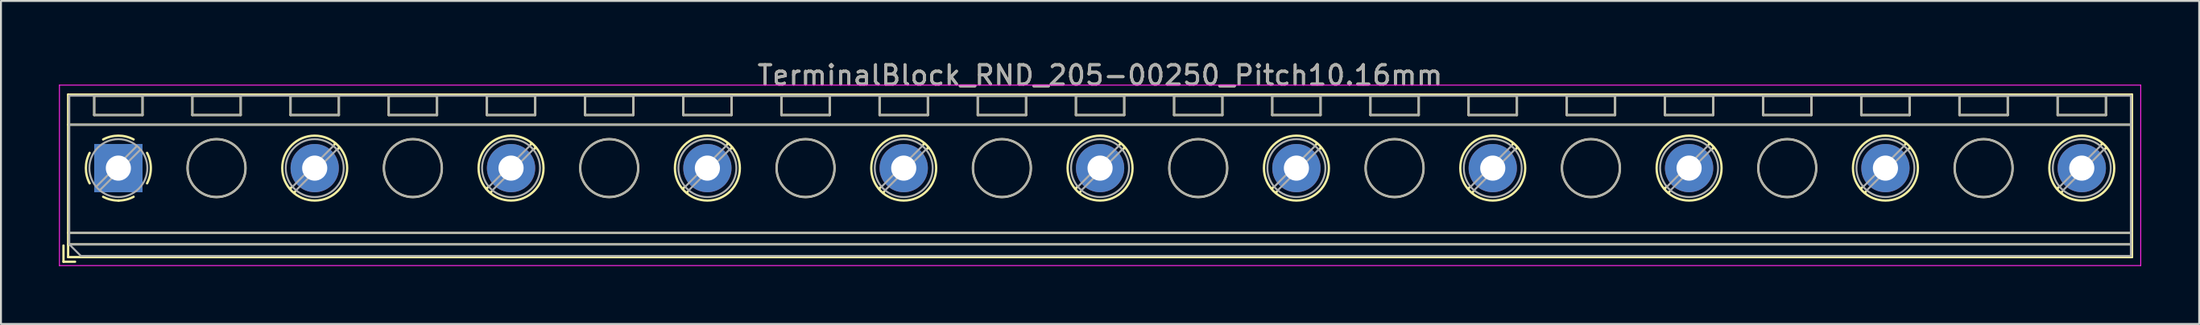
<source format=kicad_pcb>
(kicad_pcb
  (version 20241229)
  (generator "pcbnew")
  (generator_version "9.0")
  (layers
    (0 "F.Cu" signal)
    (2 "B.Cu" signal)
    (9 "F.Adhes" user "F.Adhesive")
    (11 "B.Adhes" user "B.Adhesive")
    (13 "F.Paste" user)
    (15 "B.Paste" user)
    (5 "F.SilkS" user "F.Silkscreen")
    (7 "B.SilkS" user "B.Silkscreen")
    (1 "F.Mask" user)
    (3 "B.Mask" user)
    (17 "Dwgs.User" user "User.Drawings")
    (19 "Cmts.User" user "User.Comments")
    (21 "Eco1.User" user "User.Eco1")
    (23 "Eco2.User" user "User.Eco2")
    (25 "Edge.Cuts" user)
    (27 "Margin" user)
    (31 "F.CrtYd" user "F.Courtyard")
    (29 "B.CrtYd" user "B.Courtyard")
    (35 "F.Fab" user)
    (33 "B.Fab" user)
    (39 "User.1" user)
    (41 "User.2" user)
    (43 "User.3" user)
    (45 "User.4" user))
  (footprint "TerminalBlock_RND_205-00250_Pitch10.16mm"
    (layer "F.Cu")
    (at 3.075 5.658)
    (property "Reference" "TerminalBlock_RND_205-00250_Pitch10.16mm" (at 50.8 -4.81 0) (layer "F.SilkS") (effects (font (size 1 1) (thickness 0.15))))
    (attr through_hole)
    (fp_line (start -2.84 4.01) (end -2.84 4.85) (stroke (width 0.12) (type solid)) (layer "F.SilkS"))
    (fp_line (start -2.84 4.85) (end -2.24 4.85) (stroke (width 0.12) (type solid)) (layer "F.SilkS"))
    (fp_line (start -2.6 -3.81) (end -2.6 4.61) (stroke (width 0.12) (type solid)) (layer "F.SilkS"))
    (fp_line (start -2.6 -2.25) (end 104.2 -2.25) (stroke (width 0.12) (type solid)) (layer "F.SilkS"))
    (fp_line (start -2.6 3.35) (end 104.2 3.35) (stroke (width 0.12) (type solid)) (layer "F.SilkS"))
    (fp_line (start -2.6 3.95) (end 104.2 3.95) (stroke (width 0.12) (type solid)) (layer "F.SilkS"))
    (fp_line (start -2.6 4.61) (end 104.2 4.61) (stroke (width 0.12) (type solid)) (layer "F.SilkS"))
    (fp_line (start -1.25 -3.751) (end -1.25 -2.751) (stroke (width 0.12) (type solid)) (layer "F.SilkS"))
    (fp_line (start -1.25 -3.751) (end 1.25 -3.751) (stroke (width 0.12) (type solid)) (layer "F.SilkS"))
    (fp_line (start -1.25 -2.751) (end 1.25 -2.751) (stroke (width 0.12) (type solid)) (layer "F.SilkS"))
    (fp_line (start 1.25 -3.751) (end 1.25 -2.751) (stroke (width 0.12) (type solid)) (layer "F.SilkS"))
    (fp_line (start 3.83 -3.751) (end 3.83 -2.751) (stroke (width 0.12) (type solid)) (layer "F.SilkS"))
    (fp_line (start 3.83 -3.751) (end 6.33 -3.751) (stroke (width 0.12) (type solid)) (layer "F.SilkS"))
    (fp_line (start 3.83 -2.751) (end 6.33 -2.751) (stroke (width 0.12) (type solid)) (layer "F.SilkS"))
    (fp_line (start 6.33 -3.751) (end 6.33 -2.751) (stroke (width 0.12) (type solid)) (layer "F.SilkS"))
    (fp_line (start 8.91 -3.751) (end 8.91 -2.751) (stroke (width 0.12) (type solid)) (layer "F.SilkS"))
    (fp_line (start 8.91 -3.751) (end 11.41 -3.751) (stroke (width 0.12) (type solid)) (layer "F.SilkS"))
    (fp_line (start 8.91 -2.751) (end 11.41 -2.751) (stroke (width 0.12) (type solid)) (layer "F.SilkS"))
    (fp_line (start 8.98 0.976) (end 8.886 1.069) (stroke (width 0.12) (type solid)) (layer "F.SilkS"))
    (fp_line (start 9.15 1.216) (end 9.091 1.274) (stroke (width 0.12) (type solid)) (layer "F.SilkS"))
    (fp_line (start 11.23 -1.275) (end 11.171 -1.216) (stroke (width 0.12) (type solid)) (layer "F.SilkS"))
    (fp_line (start 11.41 -3.751) (end 11.41 -2.751) (stroke (width 0.12) (type solid)) (layer "F.SilkS"))
    (fp_line (start 11.435 -1.069) (end 11.341 -0.976) (stroke (width 0.12) (type solid)) (layer "F.SilkS"))
    (fp_line (start 13.99 -3.751) (end 13.99 -2.751) (stroke (width 0.12) (type solid)) (layer "F.SilkS"))
    (fp_line (start 13.99 -3.751) (end 16.49 -3.751) (stroke (width 0.12) (type solid)) (layer "F.SilkS"))
    (fp_line (start 13.99 -2.751) (end 16.49 -2.751) (stroke (width 0.12) (type solid)) (layer "F.SilkS"))
    (fp_line (start 16.49 -3.751) (end 16.49 -2.751) (stroke (width 0.12) (type solid)) (layer "F.SilkS"))
    (fp_line (start 19.07 -3.751) (end 19.07 -2.751) (stroke (width 0.12) (type solid)) (layer "F.SilkS"))
    (fp_line (start 19.07 -3.751) (end 21.57 -3.751) (stroke (width 0.12) (type solid)) (layer "F.SilkS"))
    (fp_line (start 19.07 -2.751) (end 21.57 -2.751) (stroke (width 0.12) (type solid)) (layer "F.SilkS"))
    (fp_line (start 19.14 0.976) (end 19.046 1.069) (stroke (width 0.12) (type solid)) (layer "F.SilkS"))
    (fp_line (start 19.31 1.216) (end 19.251 1.274) (stroke (width 0.12) (type solid)) (layer "F.SilkS"))
    (fp_line (start 21.39 -1.275) (end 21.331 -1.216) (stroke (width 0.12) (type solid)) (layer "F.SilkS"))
    (fp_line (start 21.57 -3.751) (end 21.57 -2.751) (stroke (width 0.12) (type solid)) (layer "F.SilkS"))
    (fp_line (start 21.595 -1.069) (end 21.501 -0.976) (stroke (width 0.12) (type solid)) (layer "F.SilkS"))
    (fp_line (start 24.15 -3.751) (end 24.15 -2.751) (stroke (width 0.12) (type solid)) (layer "F.SilkS"))
    (fp_line (start 24.15 -3.751) (end 26.65 -3.751) (stroke (width 0.12) (type solid)) (layer "F.SilkS"))
    (fp_line (start 24.15 -2.751) (end 26.65 -2.751) (stroke (width 0.12) (type solid)) (layer "F.SilkS"))
    (fp_line (start 26.65 -3.751) (end 26.65 -2.751) (stroke (width 0.12) (type solid)) (layer "F.SilkS"))
    (fp_line (start 29.23 -3.751) (end 29.23 -2.751) (stroke (width 0.12) (type solid)) (layer "F.SilkS"))
    (fp_line (start 29.23 -3.751) (end 31.73 -3.751) (stroke (width 0.12) (type solid)) (layer "F.SilkS"))
    (fp_line (start 29.23 -2.751) (end 31.73 -2.751) (stroke (width 0.12) (type solid)) (layer "F.SilkS"))
    (fp_line (start 29.3 0.976) (end 29.206 1.069) (stroke (width 0.12) (type solid)) (layer "F.SilkS"))
    (fp_line (start 29.47 1.216) (end 29.411 1.274) (stroke (width 0.12) (type solid)) (layer "F.SilkS"))
    (fp_line (start 31.55 -1.275) (end 31.491 -1.216) (stroke (width 0.12) (type solid)) (layer "F.SilkS"))
    (fp_line (start 31.73 -3.751) (end 31.73 -2.751) (stroke (width 0.12) (type solid)) (layer "F.SilkS"))
    (fp_line (start 31.755 -1.069) (end 31.661 -0.976) (stroke (width 0.12) (type solid)) (layer "F.SilkS"))
    (fp_line (start 34.31 -3.751) (end 34.31 -2.751) (stroke (width 0.12) (type solid)) (layer "F.SilkS"))
    (fp_line (start 34.31 -3.751) (end 36.81 -3.751) (stroke (width 0.12) (type solid)) (layer "F.SilkS"))
    (fp_line (start 34.31 -2.751) (end 36.81 -2.751) (stroke (width 0.12) (type solid)) (layer "F.SilkS"))
    (fp_line (start 36.81 -3.751) (end 36.81 -2.751) (stroke (width 0.12) (type solid)) (layer "F.SilkS"))
    (fp_line (start 39.39 -3.751) (end 39.39 -2.751) (stroke (width 0.12) (type solid)) (layer "F.SilkS"))
    (fp_line (start 39.39 -3.751) (end 41.89 -3.751) (stroke (width 0.12) (type solid)) (layer "F.SilkS"))
    (fp_line (start 39.39 -2.751) (end 41.89 -2.751) (stroke (width 0.12) (type solid)) (layer "F.SilkS"))
    (fp_line (start 39.46 0.976) (end 39.366 1.069) (stroke (width 0.12) (type solid)) (layer "F.SilkS"))
    (fp_line (start 39.63 1.216) (end 39.571 1.274) (stroke (width 0.12) (type solid)) (layer "F.SilkS"))
    (fp_line (start 41.71 -1.275) (end 41.651 -1.216) (stroke (width 0.12) (type solid)) (layer "F.SilkS"))
    (fp_line (start 41.89 -3.751) (end 41.89 -2.751) (stroke (width 0.12) (type solid)) (layer "F.SilkS"))
    (fp_line (start 41.915 -1.069) (end 41.821 -0.976) (stroke (width 0.12) (type solid)) (layer "F.SilkS"))
    (fp_line (start 44.47 -3.751) (end 44.47 -2.751) (stroke (width 0.12) (type solid)) (layer "F.SilkS"))
    (fp_line (start 44.47 -3.751) (end 46.97 -3.751) (stroke (width 0.12) (type solid)) (layer "F.SilkS"))
    (fp_line (start 44.47 -2.751) (end 46.97 -2.751) (stroke (width 0.12) (type solid)) (layer "F.SilkS"))
    (fp_line (start 46.97 -3.751) (end 46.97 -2.751) (stroke (width 0.12) (type solid)) (layer "F.SilkS"))
    (fp_line (start 49.55 -3.751) (end 49.55 -2.751) (stroke (width 0.12) (type solid)) (layer "F.SilkS"))
    (fp_line (start 49.55 -3.751) (end 52.05 -3.751) (stroke (width 0.12) (type solid)) (layer "F.SilkS"))
    (fp_line (start 49.55 -2.751) (end 52.05 -2.751) (stroke (width 0.12) (type solid)) (layer "F.SilkS"))
    (fp_line (start 49.62 0.976) (end 49.526 1.069) (stroke (width 0.12) (type solid)) (layer "F.SilkS"))
    (fp_line (start 49.79 1.216) (end 49.731 1.274) (stroke (width 0.12) (type solid)) (layer "F.SilkS"))
    (fp_line (start 51.87 -1.275) (end 51.811 -1.216) (stroke (width 0.12) (type solid)) (layer "F.SilkS"))
    (fp_line (start 52.05 -3.751) (end 52.05 -2.751) (stroke (width 0.12) (type solid)) (layer "F.SilkS"))
    (fp_line (start 52.075 -1.069) (end 51.981 -0.976) (stroke (width 0.12) (type solid)) (layer "F.SilkS"))
    (fp_line (start 54.63 -3.751) (end 54.63 -2.751) (stroke (width 0.12) (type solid)) (layer "F.SilkS"))
    (fp_line (start 54.63 -3.751) (end 57.13 -3.751) (stroke (width 0.12) (type solid)) (layer "F.SilkS"))
    (fp_line (start 54.63 -2.751) (end 57.13 -2.751) (stroke (width 0.12) (type solid)) (layer "F.SilkS"))
    (fp_line (start 57.13 -3.751) (end 57.13 -2.751) (stroke (width 0.12) (type solid)) (layer "F.SilkS"))
    (fp_line (start 59.71 -3.751) (end 59.71 -2.751) (stroke (width 0.12) (type solid)) (layer "F.SilkS"))
    (fp_line (start 59.71 -3.751) (end 62.21 -3.751) (stroke (width 0.12) (type solid)) (layer "F.SilkS"))
    (fp_line (start 59.71 -2.751) (end 62.21 -2.751) (stroke (width 0.12) (type solid)) (layer "F.SilkS"))
    (fp_line (start 59.78 0.976) (end 59.686 1.069) (stroke (width 0.12) (type solid)) (layer "F.SilkS"))
    (fp_line (start 59.95 1.216) (end 59.891 1.274) (stroke (width 0.12) (type solid)) (layer "F.SilkS"))
    (fp_line (start 62.03 -1.275) (end 61.971 -1.216) (stroke (width 0.12) (type solid)) (layer "F.SilkS"))
    (fp_line (start 62.21 -3.751) (end 62.21 -2.751) (stroke (width 0.12) (type solid)) (layer "F.SilkS"))
    (fp_line (start 62.235 -1.069) (end 62.141 -0.976) (stroke (width 0.12) (type solid)) (layer "F.SilkS"))
    (fp_line (start 64.791 -3.751) (end 64.791 -2.751) (stroke (width 0.12) (type solid)) (layer "F.SilkS"))
    (fp_line (start 64.791 -3.751) (end 67.29 -3.751) (stroke (width 0.12) (type solid)) (layer "F.SilkS"))
    (fp_line (start 64.791 -2.751) (end 67.29 -2.751) (stroke (width 0.12) (type solid)) (layer "F.SilkS"))
    (fp_line (start 67.29 -3.751) (end 67.29 -2.751) (stroke (width 0.12) (type solid)) (layer "F.SilkS"))
    (fp_line (start 69.87 -3.751) (end 69.87 -2.751) (stroke (width 0.12) (type solid)) (layer "F.SilkS"))
    (fp_line (start 69.87 -3.751) (end 72.37 -3.751) (stroke (width 0.12) (type solid)) (layer "F.SilkS"))
    (fp_line (start 69.87 -2.751) (end 72.37 -2.751) (stroke (width 0.12) (type solid)) (layer "F.SilkS"))
    (fp_line (start 69.94 0.976) (end 69.846 1.069) (stroke (width 0.12) (type solid)) (layer "F.SilkS"))
    (fp_line (start 70.11 1.216) (end 70.051 1.274) (stroke (width 0.12) (type solid)) (layer "F.SilkS"))
    (fp_line (start 72.19 -1.275) (end 72.131 -1.216) (stroke (width 0.12) (type solid)) (layer "F.SilkS"))
    (fp_line (start 72.37 -3.751) (end 72.37 -2.751) (stroke (width 0.12) (type solid)) (layer "F.SilkS"))
    (fp_line (start 72.395 -1.069) (end 72.301 -0.976) (stroke (width 0.12) (type solid)) (layer "F.SilkS"))
    (fp_line (start 74.95 -3.751) (end 74.95 -2.751) (stroke (width 0.12) (type solid)) (layer "F.SilkS"))
    (fp_line (start 74.95 -3.751) (end 77.45 -3.751) (stroke (width 0.12) (type solid)) (layer "F.SilkS"))
    (fp_line (start 74.95 -2.751) (end 77.45 -2.751) (stroke (width 0.12) (type solid)) (layer "F.SilkS"))
    (fp_line (start 77.45 -3.751) (end 77.45 -2.751) (stroke (width 0.12) (type solid)) (layer "F.SilkS"))
    (fp_line (start 80.03 -3.751) (end 80.03 -2.751) (stroke (width 0.12) (type solid)) (layer "F.SilkS"))
    (fp_line (start 80.03 -3.751) (end 82.53 -3.751) (stroke (width 0.12) (type solid)) (layer "F.SilkS"))
    (fp_line (start 80.03 -2.751) (end 82.53 -2.751) (stroke (width 0.12) (type solid)) (layer "F.SilkS"))
    (fp_line (start 80.1 0.976) (end 80.006 1.069) (stroke (width 0.12) (type solid)) (layer "F.SilkS"))
    (fp_line (start 80.27 1.216) (end 80.211 1.274) (stroke (width 0.12) (type solid)) (layer "F.SilkS"))
    (fp_line (start 82.35 -1.275) (end 82.291 -1.216) (stroke (width 0.12) (type solid)) (layer "F.SilkS"))
    (fp_line (start 82.53 -3.751) (end 82.53 -2.751) (stroke (width 0.12) (type solid)) (layer "F.SilkS"))
    (fp_line (start 82.555 -1.069) (end 82.461 -0.976) (stroke (width 0.12) (type solid)) (layer "F.SilkS"))
    (fp_line (start 85.11 -3.751) (end 85.11 -2.751) (stroke (width 0.12) (type solid)) (layer "F.SilkS"))
    (fp_line (start 85.11 -3.751) (end 87.61 -3.751) (stroke (width 0.12) (type solid)) (layer "F.SilkS"))
    (fp_line (start 85.11 -2.751) (end 87.61 -2.751) (stroke (width 0.12) (type solid)) (layer "F.SilkS"))
    (fp_line (start 87.61 -3.751) (end 87.61 -2.751) (stroke (width 0.12) (type solid)) (layer "F.SilkS"))
    (fp_line (start 90.19 -3.751) (end 90.19 -2.751) (stroke (width 0.12) (type solid)) (layer "F.SilkS"))
    (fp_line (start 90.19 -3.751) (end 92.69 -3.751) (stroke (width 0.12) (type solid)) (layer "F.SilkS"))
    (fp_line (start 90.19 -2.751) (end 92.69 -2.751) (stroke (width 0.12) (type solid)) (layer "F.SilkS"))
    (fp_line (start 90.26 0.976) (end 90.166 1.069) (stroke (width 0.12) (type solid)) (layer "F.SilkS"))
    (fp_line (start 90.43 1.216) (end 90.371 1.274) (stroke (width 0.12) (type solid)) (layer "F.SilkS"))
    (fp_line (start 92.51 -1.275) (end 92.451 -1.216) (stroke (width 0.12) (type solid)) (layer "F.SilkS"))
    (fp_line (start 92.69 -3.751) (end 92.69 -2.751) (stroke (width 0.12) (type solid)) (layer "F.SilkS"))
    (fp_line (start 92.715 -1.069) (end 92.621 -0.976) (stroke (width 0.12) (type solid)) (layer "F.SilkS"))
    (fp_line (start 95.27 -3.751) (end 95.27 -2.751) (stroke (width 0.12) (type solid)) (layer "F.SilkS"))
    (fp_line (start 95.27 -3.751) (end 97.77 -3.751) (stroke (width 0.12) (type solid)) (layer "F.SilkS"))
    (fp_line (start 95.27 -2.751) (end 97.77 -2.751) (stroke (width 0.12) (type solid)) (layer "F.SilkS"))
    (fp_line (start 97.77 -3.751) (end 97.77 -2.751) (stroke (width 0.12) (type solid)) (layer "F.SilkS"))
    (fp_line (start 100.35 -3.751) (end 100.35 -2.751) (stroke (width 0.12) (type solid)) (layer "F.SilkS"))
    (fp_line (start 100.35 -3.751) (end 102.85 -3.751) (stroke (width 0.12) (type solid)) (layer "F.SilkS"))
    (fp_line (start 100.35 -2.751) (end 102.85 -2.751) (stroke (width 0.12) (type solid)) (layer "F.SilkS"))
    (fp_line (start 100.42 0.976) (end 100.326 1.069) (stroke (width 0.12) (type solid)) (layer "F.SilkS"))
    (fp_line (start 100.59 1.216) (end 100.531 1.274) (stroke (width 0.12) (type solid)) (layer "F.SilkS"))
    (fp_line (start 102.67 -1.275) (end 102.611 -1.216) (stroke (width 0.12) (type solid)) (layer "F.SilkS"))
    (fp_line (start 102.85 -3.751) (end 102.85 -2.751) (stroke (width 0.12) (type solid)) (layer "F.SilkS"))
    (fp_line (start 102.875 -1.069) (end 102.781 -0.976) (stroke (width 0.12) (type solid)) (layer "F.SilkS"))
    (fp_line (start 104.2 -3.81) (end -2.6 -3.81) (stroke (width 0.12) (type solid)) (layer "F.SilkS"))
    (fp_line (start 104.2 4.61) (end 104.2 -3.81) (stroke (width 0.12) (type solid)) (layer "F.SilkS"))
    (fp_arc (start -1.483953 0.789089) (mid -1.680708 0.00005) (end -1.484 -0.789) (stroke (width 0.12) (type solid)) (layer "F.SilkS"))
    (fp_arc (start -0.789089 -1.483953) (mid -0.00005 -1.680708) (end 0.789 -1.484) (stroke (width 0.12) (type solid)) (layer "F.SilkS"))
    (fp_arc (start 0.029383 1.68045) (mid -0.392304 1.634281) (end -0.789 1.484) (stroke (width 0.12) (type solid)) (layer "F.SilkS"))
    (fp_arc (start 0.788712 1.483352) (mid 0.406429 1.630097) (end 0 1.68) (stroke (width 0.12) (type solid)) (layer "F.SilkS"))
    (fp_arc (start 1.483953 -0.789089) (mid 1.680708 -0.00005) (end 1.484 0.789) (stroke (width 0.12) (type solid)) (layer "F.SilkS"))
    (fp_circle (center 5.08 0) (end 6.58 0) (stroke (width 0.12) (type solid)) (fill no) (layer "F.SilkS"))
    (fp_circle (center 10.16 0) (end 11.84 0) (stroke (width 0.12) (type solid)) (fill no) (layer "F.SilkS"))
    (fp_circle (center 15.24 0) (end 16.74 0) (stroke (width 0.12) (type solid)) (fill no) (layer "F.SilkS"))
    (fp_circle (center 20.32 0) (end 22 0) (stroke (width 0.12) (type solid)) (fill no) (layer "F.SilkS"))
    (fp_circle (center 25.4 0) (end 26.9 0) (stroke (width 0.12) (type solid)) (fill no) (layer "F.SilkS"))
    (fp_circle (center 30.48 0) (end 32.16 0) (stroke (width 0.12) (type solid)) (fill no) (layer "F.SilkS"))
    (fp_circle (center 35.56 0) (end 37.06 0) (stroke (width 0.12) (type solid)) (fill no) (layer "F.SilkS"))
    (fp_circle (center 40.64 0) (end 42.32 0) (stroke (width 0.12) (type solid)) (fill no) (layer "F.SilkS"))
    (fp_circle (center 45.72 0) (end 47.22 0) (stroke (width 0.12) (type solid)) (fill no) (layer "F.SilkS"))
    (fp_circle (center 50.8 0) (end 52.48 0) (stroke (width 0.12) (type solid)) (fill no) (layer "F.SilkS"))
    (fp_circle (center 55.88 0) (end 57.38 0) (stroke (width 0.12) (type solid)) (fill no) (layer "F.SilkS"))
    (fp_circle (center 60.96 0) (end 62.64 0) (stroke (width 0.12) (type solid)) (fill no) (layer "F.SilkS"))
    (fp_circle (center 66.04 0) (end 67.54 0) (stroke (width 0.12) (type solid)) (fill no) (layer "F.SilkS"))
    (fp_circle (center 71.12 0) (end 72.8 0) (stroke (width 0.12) (type solid)) (fill no) (layer "F.SilkS"))
    (fp_circle (center 76.2 0) (end 77.7 0) (stroke (width 0.12) (type solid)) (fill no) (layer "F.SilkS"))
    (fp_circle (center 81.28 0) (end 82.96 0) (stroke (width 0.12) (type solid)) (fill no) (layer "F.SilkS"))
    (fp_circle (center 86.36 0) (end 87.86 0) (stroke (width 0.12) (type solid)) (fill no) (layer "F.SilkS"))
    (fp_circle (center 91.44 0) (end 93.12 0) (stroke (width 0.12) (type solid)) (fill no) (layer "F.SilkS"))
    (fp_circle (center 96.52 0) (end 98.02 0) (stroke (width 0.12) (type solid)) (fill no) (layer "F.SilkS"))
    (fp_circle (center 101.6 0) (end 103.28 0) (stroke (width 0.12) (type solid)) (fill no) (layer "F.SilkS"))
    (fp_line (start -3.05 -4.3) (end -3.05 5.05) (stroke (width 0.05) (type solid)) (layer "F.CrtYd"))
    (fp_line (start -3.05 5.05) (end 104.65 5.05) (stroke (width 0.05) (type solid)) (layer "F.CrtYd"))
    (fp_line (start 104.65 -4.3) (end -3.05 -4.3) (stroke (width 0.05) (type solid)) (layer "F.CrtYd"))
    (fp_line (start 104.65 5.05) (end 104.65 -4.3) (stroke (width 0.05) (type solid)) (layer "F.CrtYd"))
    (fp_line (start -2.54 -3.75) (end 104.14 -3.75) (stroke (width 0.1) (type solid)) (layer "F.Fab"))
    (fp_line (start -2.54 -2.25) (end 104.14 -2.25) (stroke (width 0.1) (type solid)) (layer "F.Fab"))
    (fp_line (start -2.54 3.35) (end 104.14 3.35) (stroke (width 0.1) (type solid)) (layer "F.Fab"))
    (fp_line (start -2.54 3.95) (end -2.54 -3.75) (stroke (width 0.1) (type solid)) (layer "F.Fab"))
    (fp_line (start -2.54 3.95) (end 104.14 3.95) (stroke (width 0.1) (type solid)) (layer "F.Fab"))
    (fp_line (start -1.94 4.55) (end -2.54 3.95) (stroke (width 0.1) (type solid)) (layer "F.Fab"))
    (fp_line (start -1.25 -3.75) (end -1.25 -2.75) (stroke (width 0.1) (type solid)) (layer "F.Fab"))
    (fp_line (start -1.25 -2.75) (end 1.25 -2.75) (stroke (width 0.1) (type solid)) (layer "F.Fab"))
    (fp_line (start 0.955 -1.138) (end -1.138 0.955) (stroke (width 0.1) (type solid)) (layer "F.Fab"))
    (fp_line (start 1.138 -0.955) (end -0.955 1.138) (stroke (width 0.1) (type solid)) (layer "F.Fab"))
    (fp_line (start 1.25 -3.75) (end -1.25 -3.75) (stroke (width 0.1) (type solid)) (layer "F.Fab"))
    (fp_line (start 1.25 -2.75) (end 1.25 -3.75) (stroke (width 0.1) (type solid)) (layer "F.Fab"))
    (fp_line (start 3.83 -3.75) (end 3.83 -2.75) (stroke (width 0.1) (type solid)) (layer "F.Fab"))
    (fp_line (start 3.83 -2.75) (end 6.33 -2.75) (stroke (width 0.1) (type solid)) (layer "F.Fab"))
    (fp_line (start 6.33 -3.75) (end 3.83 -3.75) (stroke (width 0.1) (type solid)) (layer "F.Fab"))
    (fp_line (start 6.33 -2.75) (end 6.33 -3.75) (stroke (width 0.1) (type solid)) (layer "F.Fab"))
    (fp_line (start 8.91 -3.75) (end 8.91 -2.75) (stroke (width 0.1) (type solid)) (layer "F.Fab"))
    (fp_line (start 8.91 -2.75) (end 11.41 -2.75) (stroke (width 0.1) (type solid)) (layer "F.Fab"))
    (fp_line (start 11.115 -1.138) (end 9.023 0.955) (stroke (width 0.1) (type solid)) (layer "F.Fab"))
    (fp_line (start 11.298 -0.955) (end 9.206 1.138) (stroke (width 0.1) (type solid)) (layer "F.Fab"))
    (fp_line (start 11.41 -3.75) (end 8.91 -3.75) (stroke (width 0.1) (type solid)) (layer "F.Fab"))
    (fp_line (start 11.41 -2.75) (end 11.41 -3.75) (stroke (width 0.1) (type solid)) (layer "F.Fab"))
    (fp_line (start 13.99 -3.75) (end 13.99 -2.75) (stroke (width 0.1) (type solid)) (layer "F.Fab"))
    (fp_line (start 13.99 -2.75) (end 16.49 -2.75) (stroke (width 0.1) (type solid)) (layer "F.Fab"))
    (fp_line (start 16.49 -3.75) (end 13.99 -3.75) (stroke (width 0.1) (type solid)) (layer "F.Fab"))
    (fp_line (start 16.49 -2.75) (end 16.49 -3.75) (stroke (width 0.1) (type solid)) (layer "F.Fab"))
    (fp_line (start 19.07 -3.75) (end 19.07 -2.75) (stroke (width 0.1) (type solid)) (layer "F.Fab"))
    (fp_line (start 19.07 -2.75) (end 21.57 -2.75) (stroke (width 0.1) (type solid)) (layer "F.Fab"))
    (fp_line (start 21.275 -1.138) (end 19.183 0.955) (stroke (width 0.1) (type solid)) (layer "F.Fab"))
    (fp_line (start 21.458 -0.955) (end 19.366 1.138) (stroke (width 0.1) (type solid)) (layer "F.Fab"))
    (fp_line (start 21.57 -3.75) (end 19.07 -3.75) (stroke (width 0.1) (type solid)) (layer "F.Fab"))
    (fp_line (start 21.57 -2.75) (end 21.57 -3.75) (stroke (width 0.1) (type solid)) (layer "F.Fab"))
    (fp_line (start 24.15 -3.75) (end 24.15 -2.75) (stroke (width 0.1) (type solid)) (layer "F.Fab"))
    (fp_line (start 24.15 -2.75) (end 26.65 -2.75) (stroke (width 0.1) (type solid)) (layer "F.Fab"))
    (fp_line (start 26.65 -3.75) (end 24.15 -3.75) (stroke (width 0.1) (type solid)) (layer "F.Fab"))
    (fp_line (start 26.65 -2.75) (end 26.65 -3.75) (stroke (width 0.1) (type solid)) (layer "F.Fab"))
    (fp_line (start 29.23 -3.75) (end 29.23 -2.75) (stroke (width 0.1) (type solid)) (layer "F.Fab"))
    (fp_line (start 29.23 -2.75) (end 31.73 -2.75) (stroke (width 0.1) (type solid)) (layer "F.Fab"))
    (fp_line (start 31.435 -1.138) (end 29.343 0.955) (stroke (width 0.1) (type solid)) (layer "F.Fab"))
    (fp_line (start 31.618 -0.955) (end 29.526 1.138) (stroke (width 0.1) (type solid)) (layer "F.Fab"))
    (fp_line (start 31.73 -3.75) (end 29.23 -3.75) (stroke (width 0.1) (type solid)) (layer "F.Fab"))
    (fp_line (start 31.73 -2.75) (end 31.73 -3.75) (stroke (width 0.1) (type solid)) (layer "F.Fab"))
    (fp_line (start 34.31 -3.75) (end 34.31 -2.75) (stroke (width 0.1) (type solid)) (layer "F.Fab"))
    (fp_line (start 34.31 -2.75) (end 36.81 -2.75) (stroke (width 0.1) (type solid)) (layer "F.Fab"))
    (fp_line (start 36.81 -3.75) (end 34.31 -3.75) (stroke (width 0.1) (type solid)) (layer "F.Fab"))
    (fp_line (start 36.81 -2.75) (end 36.81 -3.75) (stroke (width 0.1) (type solid)) (layer "F.Fab"))
    (fp_line (start 39.39 -3.75) (end 39.39 -2.75) (stroke (width 0.1) (type solid)) (layer "F.Fab"))
    (fp_line (start 39.39 -2.75) (end 41.89 -2.75) (stroke (width 0.1) (type solid)) (layer "F.Fab"))
    (fp_line (start 41.595 -1.138) (end 39.503 0.955) (stroke (width 0.1) (type solid)) (layer "F.Fab"))
    (fp_line (start 41.778 -0.955) (end 39.686 1.138) (stroke (width 0.1) (type solid)) (layer "F.Fab"))
    (fp_line (start 41.89 -3.75) (end 39.39 -3.75) (stroke (width 0.1) (type solid)) (layer "F.Fab"))
    (fp_line (start 41.89 -2.75) (end 41.89 -3.75) (stroke (width 0.1) (type solid)) (layer "F.Fab"))
    (fp_line (start 44.47 -3.75) (end 44.47 -2.75) (stroke (width 0.1) (type solid)) (layer "F.Fab"))
    (fp_line (start 44.47 -2.75) (end 46.97 -2.75) (stroke (width 0.1) (type solid)) (layer "F.Fab"))
    (fp_line (start 46.97 -3.75) (end 44.47 -3.75) (stroke (width 0.1) (type solid)) (layer "F.Fab"))
    (fp_line (start 46.97 -2.75) (end 46.97 -3.75) (stroke (width 0.1) (type solid)) (layer "F.Fab"))
    (fp_line (start 49.55 -3.75) (end 49.55 -2.75) (stroke (width 0.1) (type solid)) (layer "F.Fab"))
    (fp_line (start 49.55 -2.75) (end 52.05 -2.75) (stroke (width 0.1) (type solid)) (layer "F.Fab"))
    (fp_line (start 51.755 -1.138) (end 49.663 0.955) (stroke (width 0.1) (type solid)) (layer "F.Fab"))
    (fp_line (start 51.938 -0.955) (end 49.846 1.138) (stroke (width 0.1) (type solid)) (layer "F.Fab"))
    (fp_line (start 52.05 -3.75) (end 49.55 -3.75) (stroke (width 0.1) (type solid)) (layer "F.Fab"))
    (fp_line (start 52.05 -2.75) (end 52.05 -3.75) (stroke (width 0.1) (type solid)) (layer "F.Fab"))
    (fp_line (start 54.63 -3.75) (end 54.63 -2.75) (stroke (width 0.1) (type solid)) (layer "F.Fab"))
    (fp_line (start 54.63 -2.75) (end 57.13 -2.75) (stroke (width 0.1) (type solid)) (layer "F.Fab"))
    (fp_line (start 57.13 -3.75) (end 54.63 -3.75) (stroke (width 0.1) (type solid)) (layer "F.Fab"))
    (fp_line (start 57.13 -2.75) (end 57.13 -3.75) (stroke (width 0.1) (type solid)) (layer "F.Fab"))
    (fp_line (start 59.71 -3.75) (end 59.71 -2.75) (stroke (width 0.1) (type solid)) (layer "F.Fab"))
    (fp_line (start 59.71 -2.75) (end 62.21 -2.75) (stroke (width 0.1) (type solid)) (layer "F.Fab"))
    (fp_line (start 61.915 -1.138) (end 59.823 0.955) (stroke (width 0.1) (type solid)) (layer "F.Fab"))
    (fp_line (start 62.098 -0.955) (end 60.006 1.138) (stroke (width 0.1) (type solid)) (layer "F.Fab"))
    (fp_line (start 62.21 -3.75) (end 59.71 -3.75) (stroke (width 0.1) (type solid)) (layer "F.Fab"))
    (fp_line (start 62.21 -2.75) (end 62.21 -3.75) (stroke (width 0.1) (type solid)) (layer "F.Fab"))
    (fp_line (start 64.79 -3.75) (end 64.79 -2.75) (stroke (width 0.1) (type solid)) (layer "F.Fab"))
    (fp_line (start 64.79 -2.75) (end 67.29 -2.75) (stroke (width 0.1) (type solid)) (layer "F.Fab"))
    (fp_line (start 67.29 -3.75) (end 64.79 -3.75) (stroke (width 0.1) (type solid)) (layer "F.Fab"))
    (fp_line (start 67.29 -2.75) (end 67.29 -3.75) (stroke (width 0.1) (type solid)) (layer "F.Fab"))
    (fp_line (start 69.87 -3.75) (end 69.87 -2.75) (stroke (width 0.1) (type solid)) (layer "F.Fab"))
    (fp_line (start 69.87 -2.75) (end 72.37 -2.75) (stroke (width 0.1) (type solid)) (layer "F.Fab"))
    (fp_line (start 72.075 -1.138) (end 69.983 0.955) (stroke (width 0.1) (type solid)) (layer "F.Fab"))
    (fp_line (start 72.258 -0.955) (end 70.166 1.138) (stroke (width 0.1) (type solid)) (layer "F.Fab"))
    (fp_line (start 72.37 -3.75) (end 69.87 -3.75) (stroke (width 0.1) (type solid)) (layer "F.Fab"))
    (fp_line (start 72.37 -2.75) (end 72.37 -3.75) (stroke (width 0.1) (type solid)) (layer "F.Fab"))
    (fp_line (start 74.95 -3.75) (end 74.95 -2.75) (stroke (width 0.1) (type solid)) (layer "F.Fab"))
    (fp_line (start 74.95 -2.75) (end 77.45 -2.75) (stroke (width 0.1) (type solid)) (layer "F.Fab"))
    (fp_line (start 77.45 -3.75) (end 74.95 -3.75) (stroke (width 0.1) (type solid)) (layer "F.Fab"))
    (fp_line (start 77.45 -2.75) (end 77.45 -3.75) (stroke (width 0.1) (type solid)) (layer "F.Fab"))
    (fp_line (start 80.03 -3.75) (end 80.03 -2.75) (stroke (width 0.1) (type solid)) (layer "F.Fab"))
    (fp_line (start 80.03 -2.75) (end 82.53 -2.75) (stroke (width 0.1) (type solid)) (layer "F.Fab"))
    (fp_line (start 82.235 -1.138) (end 80.143 0.955) (stroke (width 0.1) (type solid)) (layer "F.Fab"))
    (fp_line (start 82.418 -0.955) (end 80.326 1.138) (stroke (width 0.1) (type solid)) (layer "F.Fab"))
    (fp_line (start 82.53 -3.75) (end 80.03 -3.75) (stroke (width 0.1) (type solid)) (layer "F.Fab"))
    (fp_line (start 82.53 -2.75) (end 82.53 -3.75) (stroke (width 0.1) (type solid)) (layer "F.Fab"))
    (fp_line (start 85.11 -3.75) (end 85.11 -2.75) (stroke (width 0.1) (type solid)) (layer "F.Fab"))
    (fp_line (start 85.11 -2.75) (end 87.61 -2.75) (stroke (width 0.1) (type solid)) (layer "F.Fab"))
    (fp_line (start 87.61 -3.75) (end 85.11 -3.75) (stroke (width 0.1) (type solid)) (layer "F.Fab"))
    (fp_line (start 87.61 -2.75) (end 87.61 -3.75) (stroke (width 0.1) (type solid)) (layer "F.Fab"))
    (fp_line (start 90.19 -3.75) (end 90.19 -2.75) (stroke (width 0.1) (type solid)) (layer "F.Fab"))
    (fp_line (start 90.19 -2.75) (end 92.69 -2.75) (stroke (width 0.1) (type solid)) (layer "F.Fab"))
    (fp_line (start 92.395 -1.138) (end 90.303 0.955) (stroke (width 0.1) (type solid)) (layer "F.Fab"))
    (fp_line (start 92.578 -0.955) (end 90.486 1.138) (stroke (width 0.1) (type solid)) (layer "F.Fab"))
    (fp_line (start 92.69 -3.75) (end 90.19 -3.75) (stroke (width 0.1) (type solid)) (layer "F.Fab"))
    (fp_line (start 92.69 -2.75) (end 92.69 -3.75) (stroke (width 0.1) (type solid)) (layer "F.Fab"))
    (fp_line (start 95.27 -3.75) (end 95.27 -2.75) (stroke (width 0.1) (type solid)) (layer "F.Fab"))
    (fp_line (start 95.27 -2.75) (end 97.77 -2.75) (stroke (width 0.1) (type solid)) (layer "F.Fab"))
    (fp_line (start 97.77 -3.75) (end 95.27 -3.75) (stroke (width 0.1) (type solid)) (layer "F.Fab"))
    (fp_line (start 97.77 -2.75) (end 97.77 -3.75) (stroke (width 0.1) (type solid)) (layer "F.Fab"))
    (fp_line (start 100.35 -3.75) (end 100.35 -2.75) (stroke (width 0.1) (type solid)) (layer "F.Fab"))
    (fp_line (start 100.35 -2.75) (end 102.85 -2.75) (stroke (width 0.1) (type solid)) (layer "F.Fab"))
    (fp_line (start 102.555 -1.138) (end 100.463 0.955) (stroke (width 0.1) (type solid)) (layer "F.Fab"))
    (fp_line (start 102.738 -0.955) (end 100.646 1.138) (stroke (width 0.1) (type solid)) (layer "F.Fab"))
    (fp_line (start 102.85 -3.75) (end 100.35 -3.75) (stroke (width 0.1) (type solid)) (layer "F.Fab"))
    (fp_line (start 102.85 -2.75) (end 102.85 -3.75) (stroke (width 0.1) (type solid)) (layer "F.Fab"))
    (fp_line (start 104.14 -3.75) (end 104.14 4.55) (stroke (width 0.1) (type solid)) (layer "F.Fab"))
    (fp_line (start 104.14 4.55) (end -1.94 4.55) (stroke (width 0.1) (type solid)) (layer "F.Fab"))
    (fp_circle (center 0 0) (end 1.5 0) (stroke (width 0.1) (type solid)) (fill no) (layer "F.Fab"))
    (fp_circle (center 5.08 0) (end 6.58 0) (stroke (width 0.1) (type solid)) (fill no) (layer "F.Fab"))
    (fp_circle (center 10.16 0) (end 11.66 0) (stroke (width 0.1) (type solid)) (fill no) (layer "F.Fab"))
    (fp_circle (center 15.24 0) (end 16.74 0) (stroke (width 0.1) (type solid)) (fill no) (layer "F.Fab"))
    (fp_circle (center 20.32 0) (end 21.82 0) (stroke (width 0.1) (type solid)) (fill no) (layer "F.Fab"))
    (fp_circle (center 25.4 0) (end 26.9 0) (stroke (width 0.1) (type solid)) (fill no) (layer "F.Fab"))
    (fp_circle (center 30.48 0) (end 31.98 0) (stroke (width 0.1) (type solid)) (fill no) (layer "F.Fab"))
    (fp_circle (center 35.56 0) (end 37.06 0) (stroke (width 0.1) (type solid)) (fill no) (layer "F.Fab"))
    (fp_circle (center 40.64 0) (end 42.14 0) (stroke (width 0.1) (type solid)) (fill no) (layer "F.Fab"))
    (fp_circle (center 45.72 0) (end 47.22 0) (stroke (width 0.1) (type solid)) (fill no) (layer "F.Fab"))
    (fp_circle (center 50.8 0) (end 52.3 0) (stroke (width 0.1) (type solid)) (fill no) (layer "F.Fab"))
    (fp_circle (center 55.88 0) (end 57.38 0) (stroke (width 0.1) (type solid)) (fill no) (layer "F.Fab"))
    (fp_circle (center 60.96 0) (end 62.46 0) (stroke (width 0.1) (type solid)) (fill no) (layer "F.Fab"))
    (fp_circle (center 66.04 0) (end 67.54 0) (stroke (width 0.1) (type solid)) (fill no) (layer "F.Fab"))
    (fp_circle (center 71.12 0) (end 72.62 0) (stroke (width 0.1) (type solid)) (fill no) (layer "F.Fab"))
    (fp_circle (center 76.2 0) (end 77.7 0) (stroke (width 0.1) (type solid)) (fill no) (layer "F.Fab"))
    (fp_circle (center 81.28 0) (end 82.78 0) (stroke (width 0.1) (type solid)) (fill no) (layer "F.Fab"))
    (fp_circle (center 86.36 0) (end 87.86 0) (stroke (width 0.1) (type solid)) (fill no) (layer "F.Fab"))
    (fp_circle (center 91.44 0) (end 92.94 0) (stroke (width 0.1) (type solid)) (fill no) (layer "F.Fab"))
    (fp_circle (center 96.52 0) (end 98.02 0) (stroke (width 0.1) (type solid)) (fill no) (layer "F.Fab"))
    (fp_circle (center 101.6 0) (end 103.1 0) (stroke (width 0.1) (type solid)) (fill no) (layer "F.Fab"))
    (fp_text user "${REFERENCE}" (at 50.8 -4.81 0) (layer "F.Fab") (effects (font (size 1 1) (thickness 0.15))))
    (pad "1" thru_hole rect (at 0 0) (size 2.5 2.5) (drill 1.3) (layers "*.Cu" "*.Mask"))
    (pad "2" thru_hole circle (at 10.16 0) (size 2.5 2.5) (drill 1.3) (layers "*.Cu" "*.Mask"))
    (pad "3" thru_hole circle (at 20.32 0) (size 2.5 2.5) (drill 1.3) (layers "*.Cu" "*.Mask"))
    (pad "4" thru_hole circle (at 30.48 0) (size 2.5 2.5) (drill 1.3) (layers "*.Cu" "*.Mask"))
    (pad "5" thru_hole circle (at 40.64 0) (size 2.5 2.5) (drill 1.3) (layers "*.Cu" "*.Mask"))
    (pad "6" thru_hole circle (at 50.8 0) (size 2.5 2.5) (drill 1.3) (layers "*.Cu" "*.Mask"))
    (pad "7" thru_hole circle (at 60.96 0) (size 2.5 2.5) (drill 1.3) (layers "*.Cu" "*.Mask"))
    (pad "8" thru_hole circle (at 71.12 0) (size 2.5 2.5) (drill 1.3) (layers "*.Cu" "*.Mask"))
    (pad "9" thru_hole circle (at 81.28 0) (size 2.5 2.5) (drill 1.3) (layers "*.Cu" "*.Mask"))
    (pad "10" thru_hole circle (at 91.44 0) (size 2.5 2.5) (drill 1.3) (layers "*.Cu" "*.Mask"))
    (pad "11" thru_hole circle (at 101.6 0) (size 2.5 2.5) (drill 1.3) (layers "*.Cu" "*.Mask")))
  (gr_rect
    (start -3 -3)
    (end 110.75 13.733)
    (stroke (width 0.1) (type default))
    (fill no)
    (layer "Edge.Cuts")))
</source>
